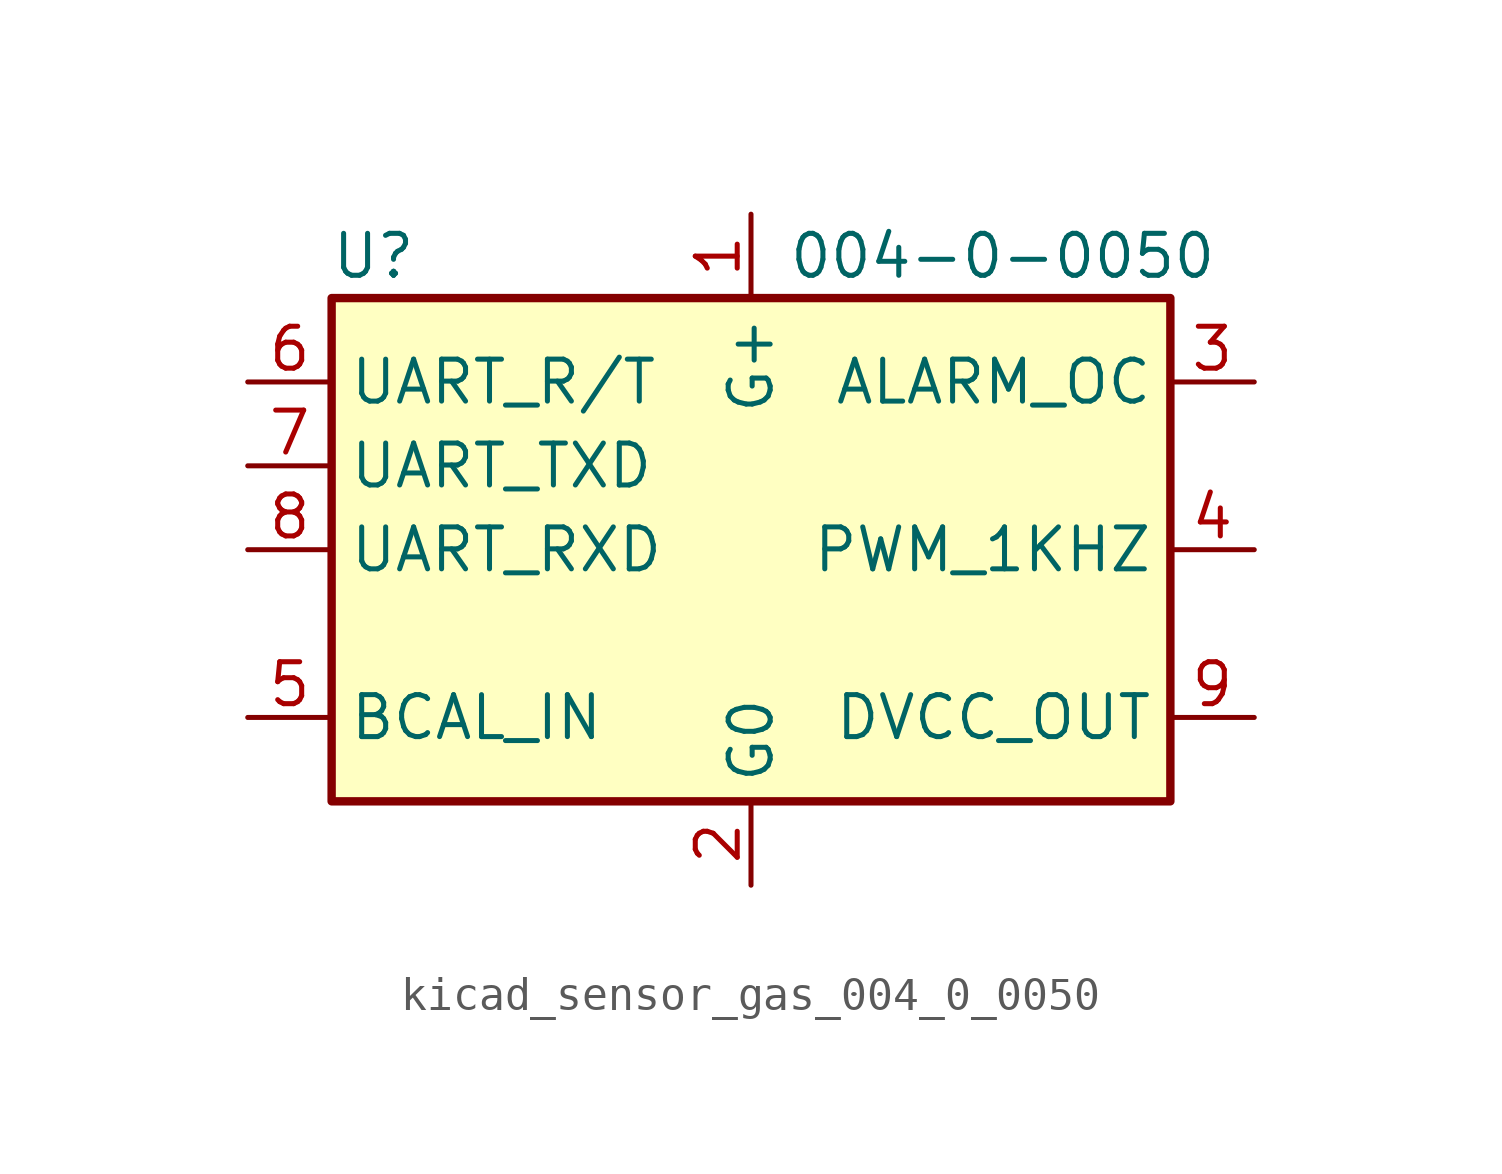
<source format=kicad_sym>
(kicad_symbol_lib
  (version 20220914)
  (generator kicad_symbol_editor)
  (symbol "kicad_sensor_gas_004_0_0050"
    (property "Reference" "U"
      (at -11.43 8.89 0)
      (effects (font (size 1.27 1.27))))
    (property "Value" "004-0-0050"
      (at 7.62 8.89 0)
      (effects (font (size 1.27 1.27))))
    (symbol "kicad_sensor_gas_004_0_0050_0_1"
      (rectangle (start -12.7 7.62) (end 12.7 -7.62) (stroke (width 0.254) (type default)) (fill (type background))))
    (symbol "kicad_sensor_gas_004_0_0050_1_1"
      (pin power_in line (at 0 10.16 270) (length 2.54) (name "G+" (effects (font (size 1.27 1.27)))) (number "1" (effects (font (size 1.27 1.27)))))
      (pin power_in line (at 0 -10.16 90) (length 2.54) (name "G0" (effects (font (size 1.27 1.27)))) (number "2" (effects (font (size 1.27 1.27)))))
      (pin open_collector line (at 15.24 5.08 180) (length 2.54) (name "ALARM_OC" (effects (font (size 1.27 1.27)))) (number "3" (effects (font (size 1.27 1.27)))))
      (pin output line (at 15.24 0 180) (length 2.54) (name "PWM_1KHZ" (effects (font (size 1.27 1.27)))) (number "4" (effects (font (size 1.27 1.27)))))
      (pin input line (at -15.24 -5.08 0) (length 2.54) (name "BCAL_IN" (effects (font (size 1.27 1.27)))) (number "5" (effects (font (size 1.27 1.27)))))
      (pin output line (at -15.24 5.08 0) (length 2.54) (name "UART_R/T" (effects (font (size 1.27 1.27)))) (number "6" (effects (font (size 1.27 1.27)))))
      (pin output line (at -15.24 2.54 0) (length 2.54) (name "UART_TXD" (effects (font (size 1.27 1.27)))) (number "7" (effects (font (size 1.27 1.27)))))
      (pin input line (at -15.24 0 0) (length 2.54) (name "UART_RXD" (effects (font (size 1.27 1.27)))) (number "8" (effects (font (size 1.27 1.27)))))
      (pin power_out line (at 15.24 -5.08 180) (length 2.54) (name "DVCC_OUT" (effects (font (size 1.27 1.27)))) (number "9" (effects (font (size 1.27 1.27))))))))
</source>
